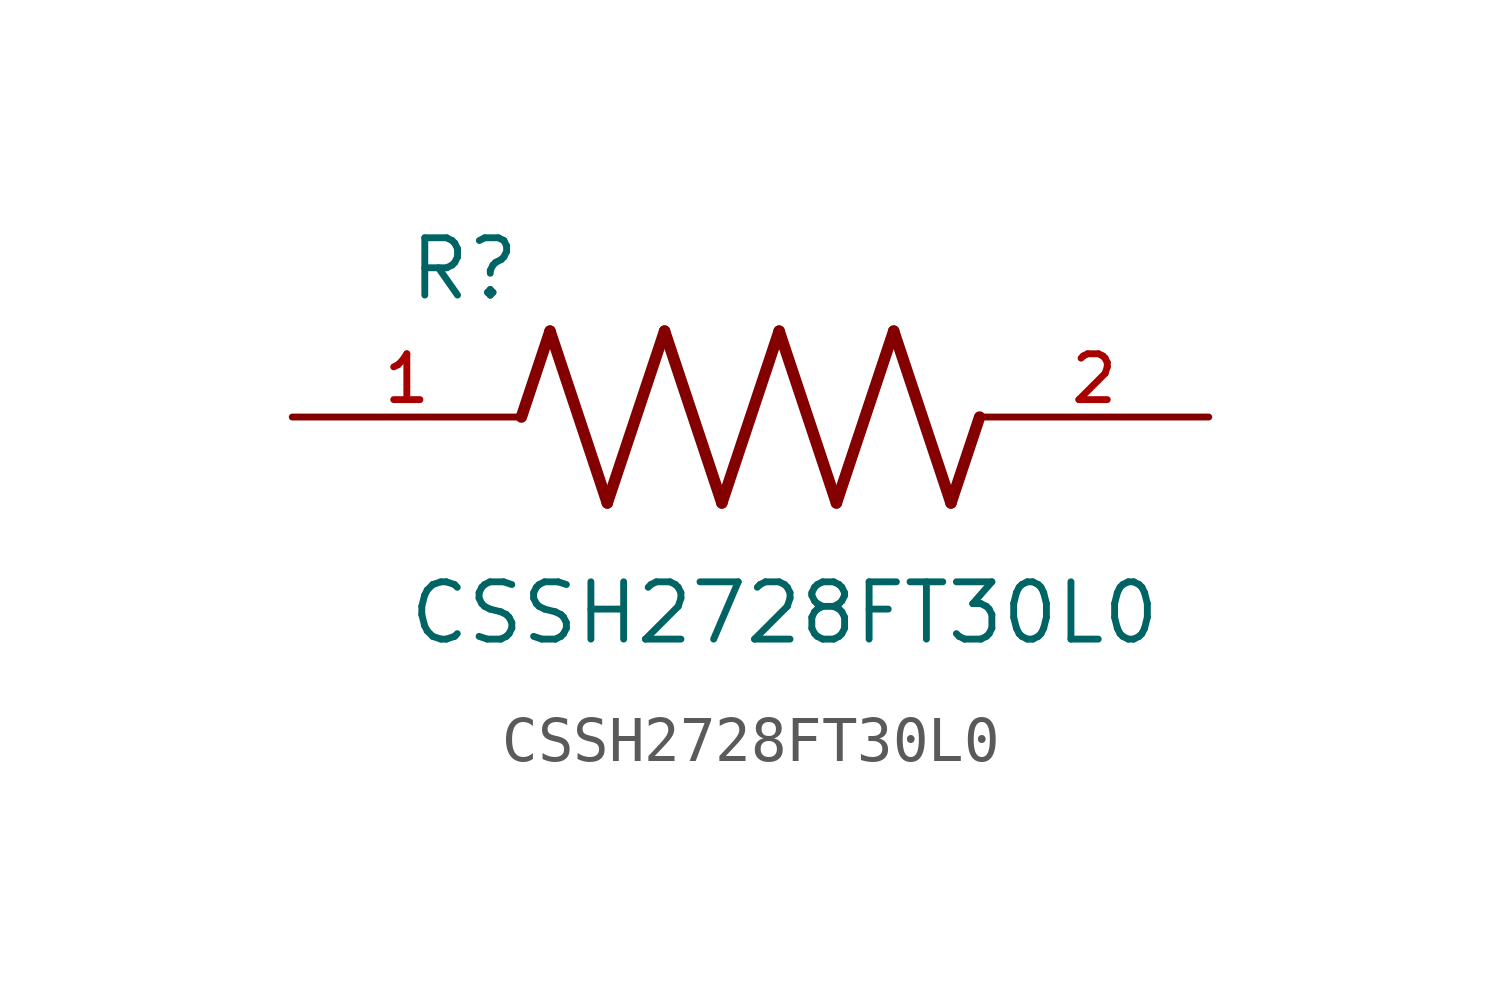
<source format=kicad_sym>
(kicad_symbol_lib
  (version 20211014)
  (generator kicad_symbol_editor)
  (symbol "CSSH2728FT30L0"
    (pin_names
      (offset 1.016))
    (property "Reference" "R"
      (at -7.624 2.541 0)
      (effects (font (size 1.27 1.27)) (justify bottom left)))
    (property "Value" "CSSH2728FT30L0"
      (at -7.63 -5.087 0)
      (effects (font (size 1.27 1.27)) (justify bottom left)))
    (symbol "CSSH2728FT30L0_0_0"
      (polyline (pts (xy -5.08 0.0) (xy -4.445 1.905)) (stroke (width 0.254)))
      (polyline (pts (xy -4.445 1.905) (xy -3.175 -1.905)) (stroke (width 0.254)))
      (polyline (pts (xy -3.175 -1.905) (xy -1.905 1.905)) (stroke (width 0.254)))
      (polyline (pts (xy -1.905 1.905) (xy -0.635 -1.905)) (stroke (width 0.254)))
      (polyline (pts (xy -0.635 -1.905) (xy 0.635 1.905)) (stroke (width 0.254)))
      (polyline (pts (xy 0.635 1.905) (xy 1.905 -1.905)) (stroke (width 0.254)))
      (polyline (pts (xy 1.905 -1.905) (xy 3.175 1.905)) (stroke (width 0.254)))
      (polyline (pts (xy 3.175 1.905) (xy 4.445 -1.905)) (stroke (width 0.254)))
      (polyline (pts (xy 4.445 -1.905) (xy 5.08 0.0)) (stroke (width 0.254)))
      (pin passive line (at -10.16 0.0 0) (length 5.08) (name "~" (effects (font (size 1.016 1.016)))) (number "1" (effects (font (size 1.016 1.016)))))
      (pin passive line (at 10.16 0.0 180.0) (length 5.08) (name "~" (effects (font (size 1.016 1.016)))) (number "2" (effects (font (size 1.016 1.016))))))))
</source>
